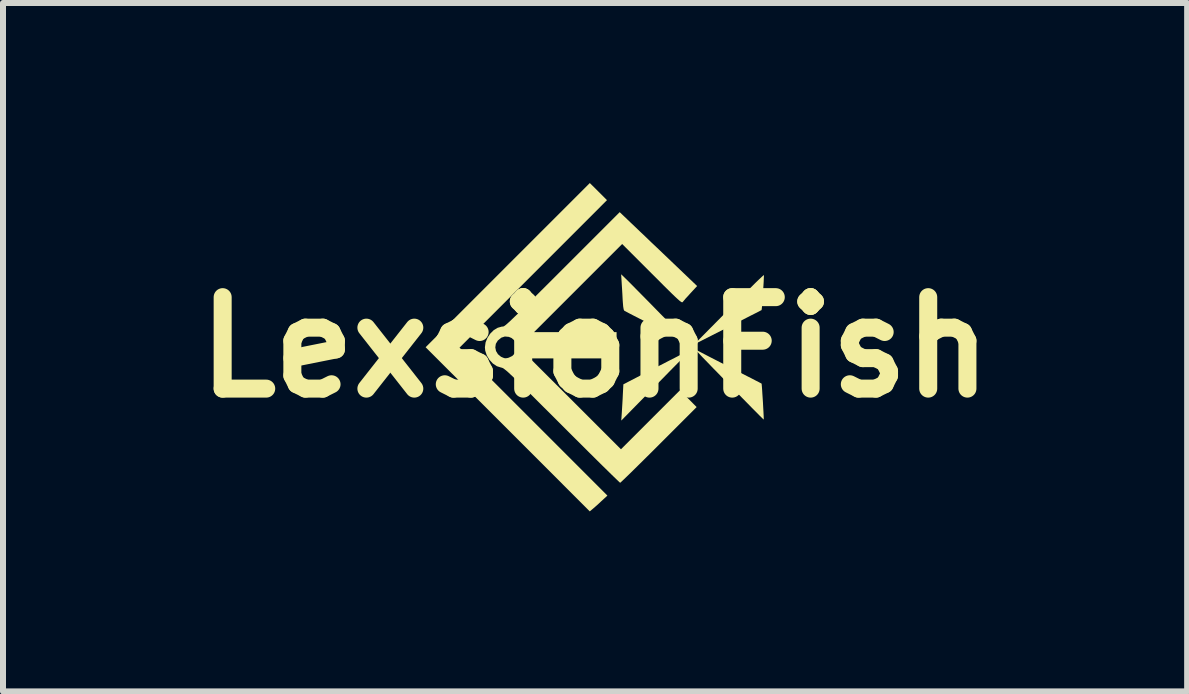
<source format=kicad_pcb>
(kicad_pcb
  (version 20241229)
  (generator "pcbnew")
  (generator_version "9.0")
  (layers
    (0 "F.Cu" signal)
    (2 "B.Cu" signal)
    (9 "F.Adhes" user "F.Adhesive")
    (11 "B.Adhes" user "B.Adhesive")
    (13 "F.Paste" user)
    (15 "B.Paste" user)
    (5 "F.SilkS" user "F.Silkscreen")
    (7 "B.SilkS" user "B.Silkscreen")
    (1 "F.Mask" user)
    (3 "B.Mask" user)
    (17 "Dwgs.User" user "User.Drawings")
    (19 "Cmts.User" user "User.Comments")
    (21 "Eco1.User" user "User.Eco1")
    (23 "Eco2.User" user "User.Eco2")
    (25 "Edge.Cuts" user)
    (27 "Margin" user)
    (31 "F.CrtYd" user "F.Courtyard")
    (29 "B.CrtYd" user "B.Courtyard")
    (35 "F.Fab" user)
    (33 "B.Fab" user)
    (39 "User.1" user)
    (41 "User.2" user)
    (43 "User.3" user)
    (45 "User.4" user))
  (footprint "LexsionFish"
    (layer "F.Cu")
    (at 6.865 2.736)
    (property "Reference" "LexsionFish" (at 0 0 0) (layer "F.SilkS") (effects (font (size 1.524 1.524) (thickness 0.3))))
    (attr board_only exclude_from_pos_files exclude_from_bom)
    (fp_poly (pts (xy 0.056 -2.594) (xy 0.199 -2.451) (xy -2.258 0.007) (xy 0.206 2.472) (xy 0.106 2.564) (xy 0.058 2.609) (xy 0.011 2.651) (xy -0.027 2.684) (xy -0.041 2.696) (xy -0.088 2.735) (xy -1.455 1.367) (xy -2.823 0) (xy -0.087 -2.736)) (stroke (width 0) (type solid)) (fill yes) (layer "F.SilkS"))
    (fp_poly (pts (xy 1.568 0.063) (xy 1.546 0.088) (xy 1.51 0.127) (xy 1.462 0.178) (xy 1.404 0.238) (xy 1.338 0.305) (xy 1.334 0.309) (xy 1.259 0.385) (xy 1.17 0.476) (xy 1.073 0.575) (xy 0.971 0.678) (xy 0.872 0.779) (xy 0.779 0.874) (xy 0.76 0.893) (xy 0.437 1.222) (xy 0.446 1.092) (xy 0.45 1.025) (xy 0.455 0.943) (xy 0.46 0.857) (xy 0.463 0.79) (xy 0.472 0.618) (xy 1.016 0.336) (xy 1.128 0.279) (xy 1.232 0.225) (xy 1.327 0.177) (xy 1.409 0.134) (xy 1.478 0.1) (xy 1.53 0.074) (xy 1.563 0.058) (xy 1.574 0.054)) (stroke (width 0) (type solid)) (fill yes) (layer "F.SilkS"))
    (fp_poly (pts (xy 2.813 -1.203) (xy 2.814 -1.186) (xy 2.812 -1.147) (xy 2.81 -1.092) (xy 2.806 -1.026) (xy 2.801 -0.952) (xy 2.796 -0.875) (xy 2.791 -0.801) (xy 2.786 -0.734) (xy 2.782 -0.678) (xy 2.778 -0.639) (xy 2.775 -0.62) (xy 2.775 -0.619) (xy 2.762 -0.613) (xy 2.729 -0.595) (xy 2.676 -0.568) (xy 2.606 -0.533) (xy 2.522 -0.49) (xy 2.426 -0.441) (xy 2.321 -0.387) (xy 2.212 -0.332) (xy 1.654 -0.049) (xy 2.232 -0.633) (xy 2.334 -0.736) (xy 2.43 -0.832) (xy 2.519 -0.921) (xy 2.6 -1) (xy 2.669 -1.069) (xy 2.727 -1.125) (xy 2.772 -1.167) (xy 2.801 -1.194) (xy 2.813 -1.203)) (stroke (width 0) (type solid)) (fill yes) (layer "F.SilkS"))
    (fp_poly (pts (xy 0.504 -1.149) (xy 0.529 -1.125) (xy 0.568 -1.086) (xy 0.62 -1.034) (xy 0.682 -0.971) (xy 0.754 -0.898) (xy 0.832 -0.819) (xy 0.915 -0.735) (xy 1.001 -0.647) (xy 1.087 -0.559) (xy 1.173 -0.472) (xy 1.255 -0.388) (xy 1.333 -0.308) (xy 1.403 -0.236) (xy 1.464 -0.174) (xy 1.514 -0.122) (xy 1.552 -0.083) (xy 1.574 -0.06) (xy 1.579 -0.053) (xy 1.567 -0.059) (xy 1.533 -0.076) (xy 1.48 -0.102) (xy 1.411 -0.137) (xy 1.327 -0.179) (xy 1.232 -0.227) (xy 1.128 -0.28) (xy 1.039 -0.325) (xy 0.928 -0.381) (xy 0.824 -0.434) (xy 0.729 -0.483) (xy 0.647 -0.525) (xy 0.579 -0.56) (xy 0.528 -0.587) (xy 0.496 -0.604) (xy 0.486 -0.61) (xy 0.477 -0.631) (xy 0.469 -0.678) (xy 0.463 -0.751) (xy 0.46 -0.794) (xy 0.456 -0.874) (xy 0.451 -0.959) (xy 0.446 -1.038) (xy 0.443 -1.089) (xy 0.435 -1.216)) (stroke (width 0) (type solid)) (fill yes) (layer "F.SilkS"))
    (fp_poly (pts (xy 1.9 0.156) (xy 1.98 0.197) (xy 2.077 0.247) (xy 2.184 0.302) (xy 2.293 0.358) (xy 2.399 0.412) (xy 2.451 0.439) (xy 2.535 0.482) (xy 2.612 0.521) (xy 2.677 0.555) (xy 2.728 0.581) (xy 2.762 0.599) (xy 2.775 0.606) (xy 2.775 0.606) (xy 2.777 0.62) (xy 2.78 0.655) (xy 2.784 0.708) (xy 2.788 0.774) (xy 2.793 0.847) (xy 2.798 0.924) (xy 2.802 1) (xy 2.806 1.071) (xy 2.809 1.131) (xy 2.811 1.176) (xy 2.811 1.201) (xy 2.811 1.205) (xy 2.801 1.197) (xy 2.775 1.171) (xy 2.733 1.13) (xy 2.679 1.075) (xy 2.612 1.008) (xy 2.536 0.93) (xy 2.452 0.845) (xy 2.361 0.752) (xy 2.33 0.721) (xy 2.234 0.622) (xy 2.141 0.527) (xy 2.053 0.436) (xy 1.971 0.353) (xy 1.9 0.279) (xy 1.84 0.217) (xy 1.793 0.169) (xy 1.763 0.137) (xy 1.76 0.134) (xy 1.667 0.035)) (stroke (width 0) (type solid)) (fill yes) (layer "F.SilkS"))
    (fp_poly (pts (xy 0.481 -2.184) (xy 0.504 -2.163) (xy 0.543 -2.125) (xy 0.598 -2.072) (xy 0.667 -2.007) (xy 0.746 -1.931) (xy 0.836 -1.846) (xy 0.932 -1.753) (xy 1.035 -1.656) (xy 1.126 -1.569) (xy 1.701 -1.02) (xy 1.591 -0.901) (xy 1.547 -0.852) (xy 1.507 -0.809) (xy 1.478 -0.774) (xy 1.462 -0.755) (xy 1.457 -0.75) (xy 1.451 -0.749) (xy 1.44 -0.752) (xy 1.425 -0.762) (xy 1.403 -0.779) (xy 1.373 -0.806) (xy 1.333 -0.843) (xy 1.282 -0.892) (xy 1.219 -0.954) (xy 1.141 -1.031) (xy 1.048 -1.125) (xy 0.948 -1.224) (xy 0.452 -1.72) (xy -0.282 -0.986) (xy -1.016 -0.252) (xy 0.359 -0.252) (xy 0.359 0.186) (xy -1.083 0.186) (xy -0.325 0.943) (xy 0.432 1.7) (xy 0.923 1.209) (xy 1.415 0.717) (xy 1.554 0.857) (xy 1.693 0.997) (xy 1.063 1.627) (xy 0.955 1.735) (xy 0.853 1.836) (xy 0.758 1.93) (xy 0.672 2.015) (xy 0.596 2.09) (xy 0.531 2.153) (xy 0.479 2.203) (xy 0.442 2.238) (xy 0.422 2.256) (xy 0.418 2.258) (xy 0.407 2.249) (xy 0.379 2.222) (xy 0.334 2.179) (xy 0.274 2.121) (xy 0.201 2.049) (xy 0.115 1.965) (xy 0.018 1.869) (xy -0.089 1.763) (xy -0.204 1.648) (xy -0.327 1.526) (xy -0.456 1.397) (xy -0.55 1.303) (xy -0.705 1.148) (xy -0.843 1.011) (xy -0.964 0.89) (xy -1.07 0.784) (xy -1.161 0.694) (xy -1.24 0.616) (xy -1.306 0.551) (xy -1.362 0.497) (xy -1.408 0.454) (xy -1.445 0.419) (xy -1.476 0.392) (xy -1.5 0.373) (xy -1.518 0.359) (xy -1.533 0.349) (xy -1.545 0.344) (xy -1.556 0.34) (xy -1.563 0.339) (xy -1.636 0.316) (xy -1.703 0.271) (xy -1.76 0.209) (xy -1.804 0.136) (xy -1.83 0.057) (xy -1.835 0.003) (xy -1.662 0.003) (xy -1.65 0.063) (xy -1.618 0.116) (xy -1.568 0.158) (xy -1.548 0.167) (xy -1.514 0.181) (xy -1.488 0.184) (xy -1.456 0.179) (xy -1.436 0.173) (xy -1.378 0.145) (xy -1.337 0.102) (xy -1.313 0.049) (xy -1.307 -0.008) (xy -1.317 -0.064) (xy -1.345 -0.115) (xy -1.391 -0.154) (xy -1.437 -0.173) (xy -1.503 -0.179) (xy -1.563 -0.159) (xy -1.618 -0.113) (xy -1.62 -0.112) (xy -1.653 -0.057) (xy -1.662 0.003) (xy -1.835 0.003) (xy -1.835 -0.000187) (xy -1.824 -0.08) (xy -1.793 -0.157) (xy -1.747 -0.226) (xy -1.689 -0.284) (xy -1.623 -0.324) (xy -1.553 -0.344) (xy -1.532 -0.345) (xy -1.523 -0.348) (xy -1.51 -0.355) (xy -1.491 -0.369) (xy -1.466 -0.39) (xy -1.433 -0.42) (xy -1.391 -0.459) (xy -1.34 -0.508) (xy -1.277 -0.568) (xy -1.202 -0.641) (xy -1.115 -0.727) (xy -1.013 -0.828) (xy -0.897 -0.944) (xy -0.764 -1.076) (xy -0.614 -1.226) (xy -0.542 -1.298) (xy 0.411 -2.251)) (stroke (width 0) (type solid)) (fill yes) (layer "F.SilkS")))
  (gr_rect
    (start -3 -3)
    (end 16.731 8.471)
    (stroke (width 0.1) (type default))
    (fill no)
    (layer "Edge.Cuts")))
</source>
